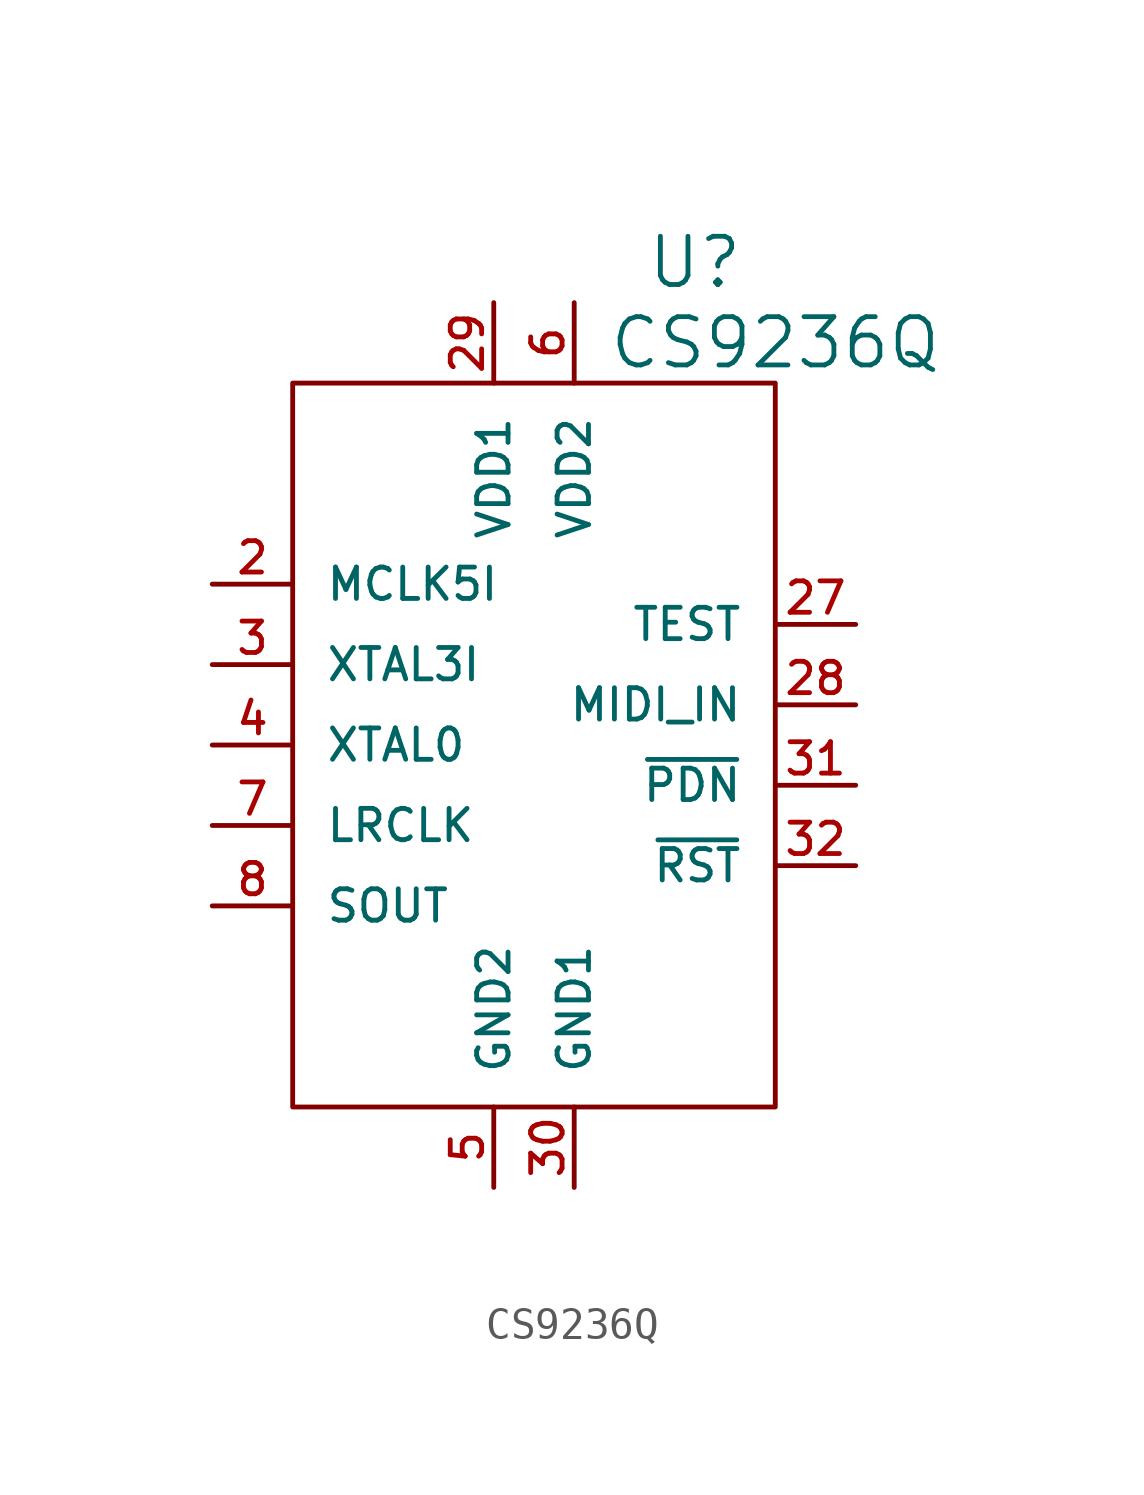
<source format=kicad_sym>
(kicad_symbol_lib
  (version 20220914)
  (generator kicad_symbol_editor)
  (symbol "CS9236Q"
    (pin_names
      (offset 1.016))
    (property "Reference" "U"
      (at 5.08 15.24 0)
      (effects (font (size 1.524 1.524))))
    (property "Value" "CS9236Q"
      (at 7.62 12.7 0)
      (effects (font (size 1.524 1.524))))
    (property "Footprint" ""
      (at 1.27 0 0)
      (effects (font (size 1.524 1.524))))
    (property "Datasheet" ""
      (at 0 0 0)
      (effects (font (size 1.524 1.524))))
    (symbol "CS9236Q_0_1"
      (rectangle (start -7.62 11.43) (end 7.62 -11.43) (stroke (width 0) (type solid)) (fill (type none))))
    (symbol "CS9236Q_1_1"
      (pin passive line (at -10.16 5.08 0) (length 2.54) (name "MCLK5I" (effects (font (size 0.991 0.991)))) (number "2" (effects (font (size 0.991 0.991)))))
      (pin passive line (at 10.16 3.81 180) (length 2.54) (name "TEST" (effects (font (size 0.991 0.991)))) (number "27" (effects (font (size 0.991 0.991)))))
      (pin passive line (at 10.16 1.27 180) (length 2.54) (name "MIDI_IN" (effects (font (size 0.991 0.991)))) (number "28" (effects (font (size 0.991 0.991)))))
      (pin passive line (at -1.27 13.97 270) (length 2.54) (name "VDD1" (effects (font (size 0.991 0.991)))) (number "29" (effects (font (size 0.991 0.991)))))
      (pin passive line (at -10.16 2.54 0) (length 2.54) (name "XTAL3I" (effects (font (size 0.991 0.991)))) (number "3" (effects (font (size 0.991 0.991)))))
      (pin passive line (at 1.27 -13.97 90) (length 2.54) (name "GND1" (effects (font (size 0.991 0.991)))) (number "30" (effects (font (size 0.991 0.991)))))
      (pin passive line (at 10.16 -1.27 180) (length 2.54) (name "~{PDN}" (effects (font (size 0.991 0.991)))) (number "31" (effects (font (size 0.991 0.991)))))
      (pin passive line (at 10.16 -3.81 180) (length 2.54) (name "~{RST}" (effects (font (size 0.991 0.991)))) (number "32" (effects (font (size 0.991 0.991)))))
      (pin passive line (at -10.16 0 0) (length 2.54) (name "XTAL0" (effects (font (size 0.991 0.991)))) (number "4" (effects (font (size 0.991 0.991)))))
      (pin passive line (at -1.27 -13.97 90) (length 2.54) (name "GND2" (effects (font (size 0.991 0.991)))) (number "5" (effects (font (size 0.991 0.991)))))
      (pin passive line (at 1.27 13.97 270) (length 2.54) (name "VDD2" (effects (font (size 0.991 0.991)))) (number "6" (effects (font (size 0.991 0.991)))))
      (pin passive line (at -10.16 -2.54 0) (length 2.54) (name "LRCLK" (effects (font (size 0.991 0.991)))) (number "7" (effects (font (size 0.991 0.991)))))
      (pin passive line (at -10.16 -5.08 0) (length 2.54) (name "SOUT" (effects (font (size 0.991 0.991)))) (number "8" (effects (font (size 0.991 0.991))))))))
</source>
